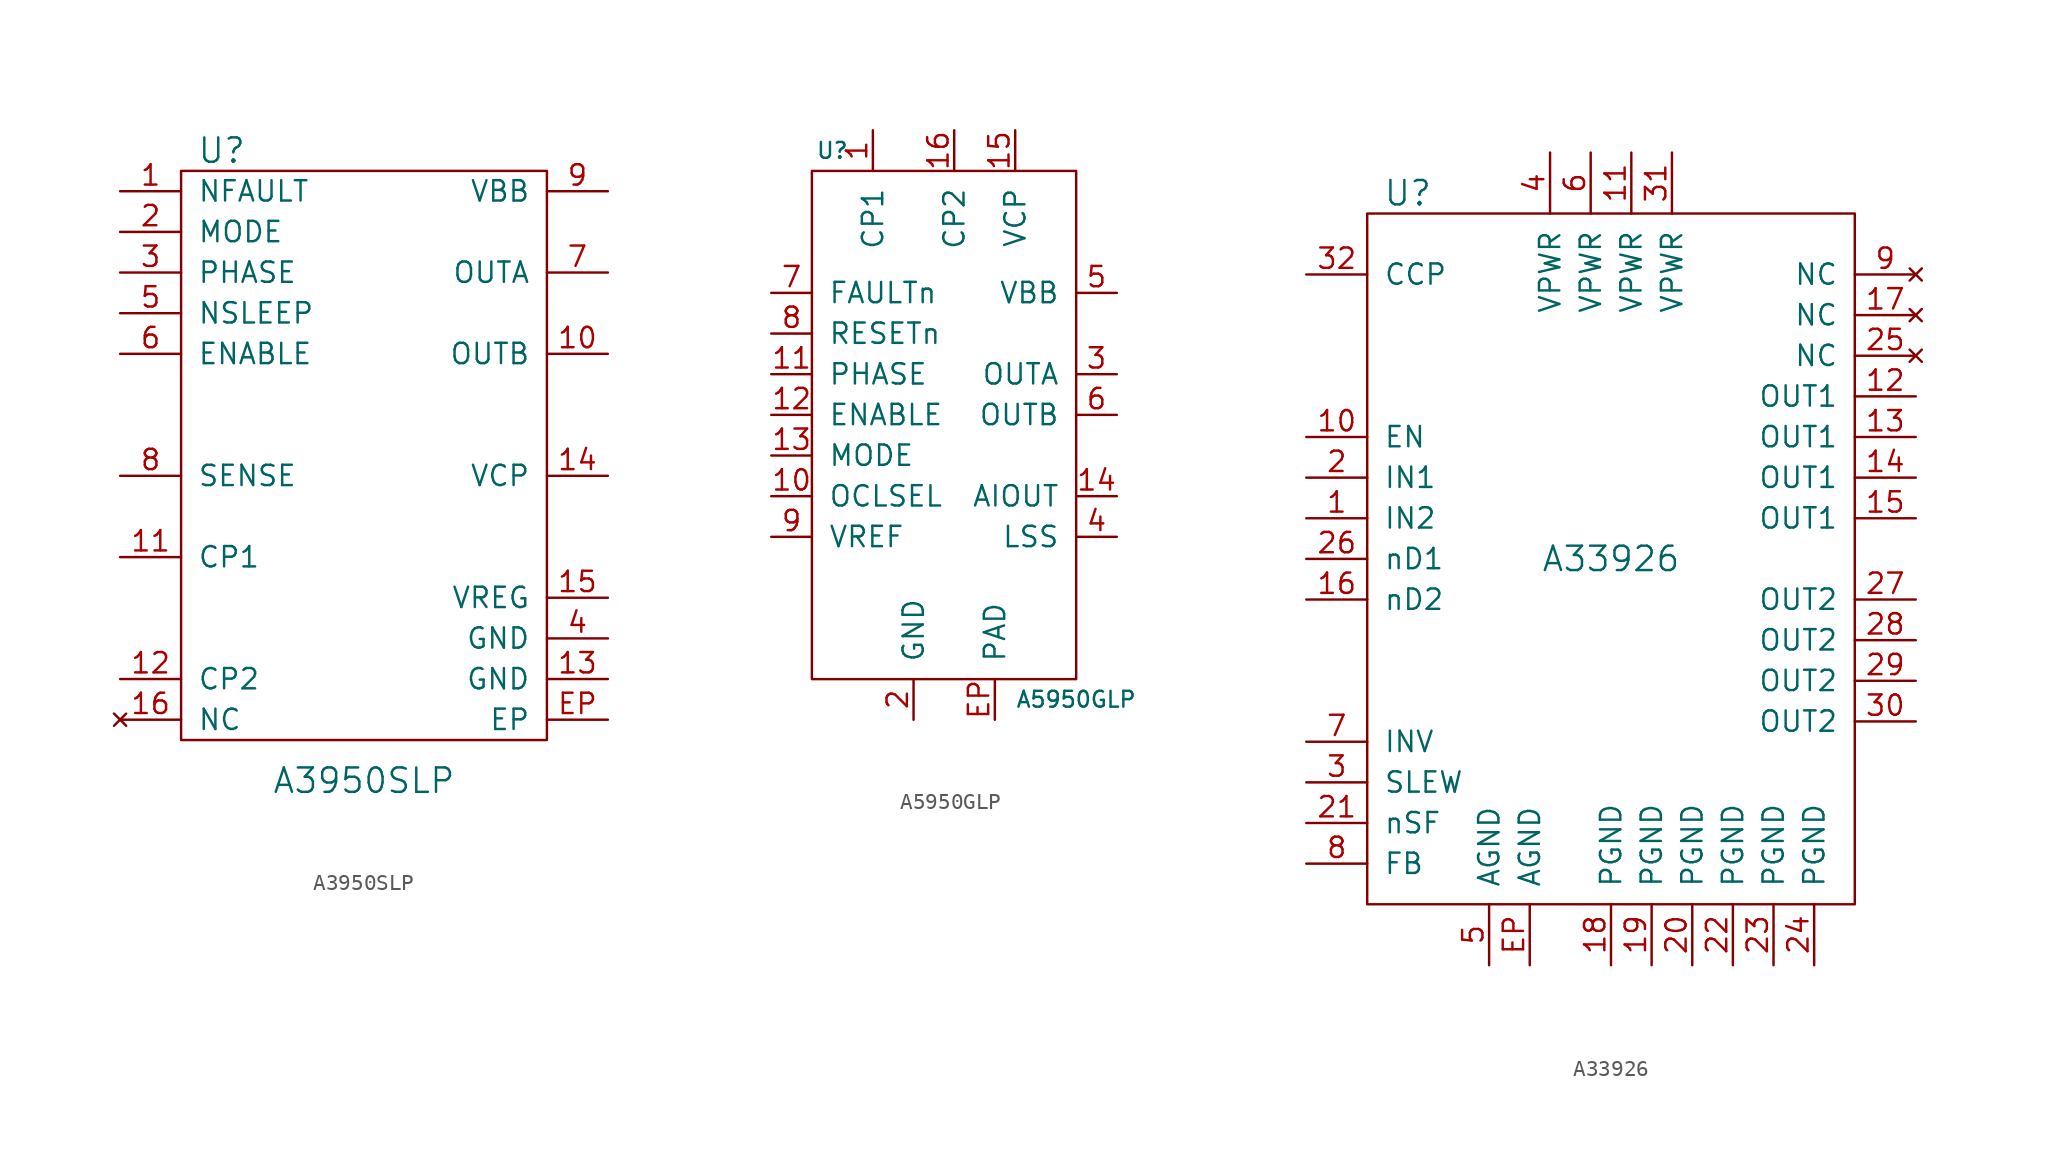
<source format=kicad_sym>
(kicad_symbol_lib
  (version 20211014)
  (generator kicad_symbol_editor)
  (symbol "A3950SLP"
    (pin_names
      (offset 1.016))
    (property "Reference" "U"
      (at -8.89 19.05 0)
      (effects (font (size 1.524 1.524))))
    (property "Value" "A3950SLP"
      (at 0 -20.32 0)
      (effects (font (size 1.524 1.524))))
    (property "Footprint" ""
      (at 0 0 0)
      (effects (font (size 1.524 1.524))))
    (property "Datasheet" ""
      (at 0 0 0)
      (effects (font (size 1.524 1.524))))
    (symbol "A3950SLP_0_1"
      (rectangle (start -11.43 17.78) (end 11.43 -17.78) (stroke (width 0) (type default) (color 0 0 0 0)) (fill (type none))))
    (symbol "A3950SLP_1_1"
      (pin passive line (at -15.24 16.51 0) (length 3.81) (name "NFAULT" (effects (font (size 1.27 1.27)))) (number "1" (effects (font (size 1.27 1.27)))))
      (pin passive line (at 15.24 6.35 180) (length 3.81) (name "OUTB" (effects (font (size 1.27 1.27)))) (number "10" (effects (font (size 1.27 1.27)))))
      (pin passive line (at -15.24 -6.35 0) (length 3.81) (name "CP1" (effects (font (size 1.27 1.27)))) (number "11" (effects (font (size 1.27 1.27)))))
      (pin passive line (at -15.24 -13.97 0) (length 3.81) (name "CP2" (effects (font (size 1.27 1.27)))) (number "12" (effects (font (size 1.27 1.27)))))
      (pin passive line (at 15.24 -13.97 180) (length 3.81) (name "GND" (effects (font (size 1.27 1.27)))) (number "13" (effects (font (size 1.27 1.27)))))
      (pin passive line (at 15.24 -1.27 180) (length 3.81) (name "VCP" (effects (font (size 1.27 1.27)))) (number "14" (effects (font (size 1.27 1.27)))))
      (pin passive line (at 15.24 -8.89 180) (length 3.81) (name "VREG" (effects (font (size 1.27 1.27)))) (number "15" (effects (font (size 1.27 1.27)))))
      (pin no_connect line (at -15.24 -16.51 0) (length 3.81) (name "NC" (effects (font (size 1.27 1.27)))) (number "16" (effects (font (size 1.27 1.27)))))
      (pin passive line (at -15.24 13.97 0) (length 3.81) (name "MODE" (effects (font (size 1.27 1.27)))) (number "2" (effects (font (size 1.27 1.27)))))
      (pin passive line (at -15.24 11.43 0) (length 3.81) (name "PHASE" (effects (font (size 1.27 1.27)))) (number "3" (effects (font (size 1.27 1.27)))))
      (pin passive line (at 15.24 -11.43 180) (length 3.81) (name "GND" (effects (font (size 1.27 1.27)))) (number "4" (effects (font (size 1.27 1.27)))))
      (pin passive line (at -15.24 8.89 0) (length 3.81) (name "NSLEEP" (effects (font (size 1.27 1.27)))) (number "5" (effects (font (size 1.27 1.27)))))
      (pin passive line (at -15.24 6.35 0) (length 3.81) (name "ENABLE" (effects (font (size 1.27 1.27)))) (number "6" (effects (font (size 1.27 1.27)))))
      (pin passive line (at 15.24 11.43 180) (length 3.81) (name "OUTA" (effects (font (size 1.27 1.27)))) (number "7" (effects (font (size 1.27 1.27)))))
      (pin passive line (at -15.24 -1.27 0) (length 3.81) (name "SENSE" (effects (font (size 1.27 1.27)))) (number "8" (effects (font (size 1.27 1.27)))))
      (pin passive line (at 15.24 16.51 180) (length 3.81) (name "VBB" (effects (font (size 1.27 1.27)))) (number "9" (effects (font (size 1.27 1.27)))))
      (pin passive line (at 15.24 -16.51 180) (length 3.81) (name "EP" (effects (font (size 1.27 1.27)))) (number "EP" (effects (font (size 1.27 1.27)))))))
  (symbol "A5950GLP"
    (pin_names
      (offset 1.016))
    (property "Reference" "U"
      (at -7.62 20.32 0)
      (effects (font (size 0.991 0.991))))
    (property "Value" "A5950GLP"
      (at 7.62 -13.97 0)
      (effects (font (size 0.991 0.991))))
    (symbol "A5950GLP_0_1"
      (rectangle (start -8.89 19.05) (end 7.62 -12.7) (stroke (width 0) (type default) (color 0 0 0 0)) (fill (type none))))
    (symbol "A5950GLP_1_1"
      (pin passive line (at -5.08 21.59 270) (length 2.54) (name "CP1" (effects (font (size 1.27 1.27)))) (number "1" (effects (font (size 1.27 1.27)))))
      (pin passive line (at -11.43 -1.27 0) (length 2.54) (name "OCLSEL" (effects (font (size 1.27 1.27)))) (number "10" (effects (font (size 1.27 1.27)))))
      (pin passive line (at -11.43 6.35 0) (length 2.54) (name "PHASE" (effects (font (size 1.27 1.27)))) (number "11" (effects (font (size 1.27 1.27)))))
      (pin passive line (at -11.43 3.81 0) (length 2.54) (name "ENABLE" (effects (font (size 1.27 1.27)))) (number "12" (effects (font (size 1.27 1.27)))))
      (pin passive line (at -11.43 1.27 0) (length 2.54) (name "MODE" (effects (font (size 1.27 1.27)))) (number "13" (effects (font (size 1.27 1.27)))))
      (pin passive line (at 10.16 -1.27 180) (length 2.54) (name "AIOUT" (effects (font (size 1.27 1.27)))) (number "14" (effects (font (size 1.27 1.27)))))
      (pin passive line (at 3.81 21.59 270) (length 2.54) (name "VCP" (effects (font (size 1.27 1.27)))) (number "15" (effects (font (size 1.27 1.27)))))
      (pin passive line (at 0 21.59 270) (length 2.54) (name "CP2" (effects (font (size 1.27 1.27)))) (number "16" (effects (font (size 1.27 1.27)))))
      (pin passive line (at -2.54 -15.24 90) (length 2.54) (name "GND" (effects (font (size 1.27 1.27)))) (number "2" (effects (font (size 1.27 1.27)))))
      (pin passive line (at 10.16 6.35 180) (length 2.54) (name "OUTA" (effects (font (size 1.27 1.27)))) (number "3" (effects (font (size 1.27 1.27)))))
      (pin passive line (at 10.16 -3.81 180) (length 2.54) (name "LSS" (effects (font (size 1.27 1.27)))) (number "4" (effects (font (size 1.27 1.27)))))
      (pin passive line (at 10.16 11.43 180) (length 2.54) (name "VBB" (effects (font (size 1.27 1.27)))) (number "5" (effects (font (size 1.27 1.27)))))
      (pin passive line (at 10.16 3.81 180) (length 2.54) (name "OUTB" (effects (font (size 1.27 1.27)))) (number "6" (effects (font (size 1.27 1.27)))))
      (pin passive line (at -11.43 11.43 0) (length 2.54) (name "FAULTn" (effects (font (size 1.27 1.27)))) (number "7" (effects (font (size 1.27 1.27)))))
      (pin passive line (at -11.43 8.89 0) (length 2.54) (name "RESETn" (effects (font (size 1.27 1.27)))) (number "8" (effects (font (size 1.27 1.27)))))
      (pin passive line (at -11.43 -3.81 0) (length 2.54) (name "VREF" (effects (font (size 1.27 1.27)))) (number "9" (effects (font (size 1.27 1.27)))))
      (pin passive line (at 2.54 -15.24 90) (length 2.54) (name "PAD" (effects (font (size 1.27 1.27)))) (number "EP" (effects (font (size 1.27 1.27)))))))
  (symbol "A33926"
    (pin_names
      (offset 1.016))
    (property "Reference" "U"
      (at -12.7 22.86 0)
      (effects (font (size 1.524 1.524))))
    (property "Value" "A33926"
      (at 0 0 0)
      (effects (font (size 1.524 1.524))))
    (property "Footprint" ""
      (at 0 0 0)
      (effects (font (size 1.524 1.524))))
    (property "Datasheet" ""
      (at 0 0 0)
      (effects (font (size 1.524 1.524))))
    (symbol "A33926_0_1"
      (rectangle (start -15.24 21.59) (end 15.24 -21.59) (stroke (width 0) (type default) (color 0 0 0 0)) (fill (type none))))
    (symbol "A33926_1_1"
      (pin passive line (at -19.05 2.54 0) (length 3.81) (name "IN2" (effects (font (size 1.27 1.27)))) (number "1" (effects (font (size 1.27 1.27)))))
      (pin passive line (at -19.05 7.62 0) (length 3.81) (name "EN" (effects (font (size 1.27 1.27)))) (number "10" (effects (font (size 1.27 1.27)))))
      (pin passive line (at 1.27 25.4 270) (length 3.81) (name "VPWR" (effects (font (size 1.27 1.27)))) (number "11" (effects (font (size 1.27 1.27)))))
      (pin passive line (at 19.05 10.16 180) (length 3.81) (name "OUT1" (effects (font (size 1.27 1.27)))) (number "12" (effects (font (size 1.27 1.27)))))
      (pin passive line (at 19.05 7.62 180) (length 3.81) (name "OUT1" (effects (font (size 1.27 1.27)))) (number "13" (effects (font (size 1.27 1.27)))))
      (pin passive line (at 19.05 5.08 180) (length 3.81) (name "OUT1" (effects (font (size 1.27 1.27)))) (number "14" (effects (font (size 1.27 1.27)))))
      (pin passive line (at 19.05 2.54 180) (length 3.81) (name "OUT1" (effects (font (size 1.27 1.27)))) (number "15" (effects (font (size 1.27 1.27)))))
      (pin passive line (at -19.05 -2.54 0) (length 3.81) (name "nD2" (effects (font (size 1.27 1.27)))) (number "16" (effects (font (size 1.27 1.27)))))
      (pin no_connect line (at 19.05 15.24 180) (length 3.81) (name "NC" (effects (font (size 1.27 1.27)))) (number "17" (effects (font (size 1.27 1.27)))))
      (pin passive line (at 0 -25.4 90) (length 3.81) (name "PGND" (effects (font (size 1.27 1.27)))) (number "18" (effects (font (size 1.27 1.27)))))
      (pin passive line (at 2.54 -25.4 90) (length 3.81) (name "PGND" (effects (font (size 1.27 1.27)))) (number "19" (effects (font (size 1.27 1.27)))))
      (pin passive line (at -19.05 5.08 0) (length 3.81) (name "IN1" (effects (font (size 1.27 1.27)))) (number "2" (effects (font (size 1.27 1.27)))))
      (pin passive line (at 5.08 -25.4 90) (length 3.81) (name "PGND" (effects (font (size 1.27 1.27)))) (number "20" (effects (font (size 1.27 1.27)))))
      (pin passive line (at -19.05 -16.51 0) (length 3.81) (name "nSF" (effects (font (size 1.27 1.27)))) (number "21" (effects (font (size 1.27 1.27)))))
      (pin passive line (at 7.62 -25.4 90) (length 3.81) (name "PGND" (effects (font (size 1.27 1.27)))) (number "22" (effects (font (size 1.27 1.27)))))
      (pin passive line (at 10.16 -25.4 90) (length 3.81) (name "PGND" (effects (font (size 1.27 1.27)))) (number "23" (effects (font (size 1.27 1.27)))))
      (pin passive line (at 12.7 -25.4 90) (length 3.81) (name "PGND" (effects (font (size 1.27 1.27)))) (number "24" (effects (font (size 1.27 1.27)))))
      (pin no_connect line (at 19.05 12.7 180) (length 3.81) (name "NC" (effects (font (size 1.27 1.27)))) (number "25" (effects (font (size 1.27 1.27)))))
      (pin passive line (at -19.05 0 0) (length 3.81) (name "nD1" (effects (font (size 1.27 1.27)))) (number "26" (effects (font (size 1.27 1.27)))))
      (pin passive line (at 19.05 -2.54 180) (length 3.81) (name "OUT2" (effects (font (size 1.27 1.27)))) (number "27" (effects (font (size 1.27 1.27)))))
      (pin passive line (at 19.05 -5.08 180) (length 3.81) (name "OUT2" (effects (font (size 1.27 1.27)))) (number "28" (effects (font (size 1.27 1.27)))))
      (pin passive line (at 19.05 -7.62 180) (length 3.81) (name "OUT2" (effects (font (size 1.27 1.27)))) (number "29" (effects (font (size 1.27 1.27)))))
      (pin passive line (at -19.05 -13.97 0) (length 3.81) (name "SLEW" (effects (font (size 1.27 1.27)))) (number "3" (effects (font (size 1.27 1.27)))))
      (pin passive line (at 19.05 -10.16 180) (length 3.81) (name "OUT2" (effects (font (size 1.27 1.27)))) (number "30" (effects (font (size 1.27 1.27)))))
      (pin passive line (at 3.81 25.4 270) (length 3.81) (name "VPWR" (effects (font (size 1.27 1.27)))) (number "31" (effects (font (size 1.27 1.27)))))
      (pin passive line (at -19.05 17.78 0) (length 3.81) (name "CCP" (effects (font (size 1.27 1.27)))) (number "32" (effects (font (size 1.27 1.27)))))
      (pin passive line (at -3.81 25.4 270) (length 3.81) (name "VPWR" (effects (font (size 1.27 1.27)))) (number "4" (effects (font (size 1.27 1.27)))))
      (pin passive line (at -7.62 -25.4 90) (length 3.81) (name "AGND" (effects (font (size 1.27 1.27)))) (number "5" (effects (font (size 1.27 1.27)))))
      (pin passive line (at -1.27 25.4 270) (length 3.81) (name "VPWR" (effects (font (size 1.27 1.27)))) (number "6" (effects (font (size 1.27 1.27)))))
      (pin passive line (at -19.05 -11.43 0) (length 3.81) (name "INV" (effects (font (size 1.27 1.27)))) (number "7" (effects (font (size 1.27 1.27)))))
      (pin passive line (at -19.05 -19.05 0) (length 3.81) (name "FB" (effects (font (size 1.27 1.27)))) (number "8" (effects (font (size 1.27 1.27)))))
      (pin no_connect line (at 19.05 17.78 180) (length 3.81) (name "NC" (effects (font (size 1.27 1.27)))) (number "9" (effects (font (size 1.27 1.27)))))
      (pin passive line (at -5.08 -25.4 90) (length 3.81) (name "AGND" (effects (font (size 1.27 1.27)))) (number "EP" (effects (font (size 1.27 1.27))))))))
</source>
